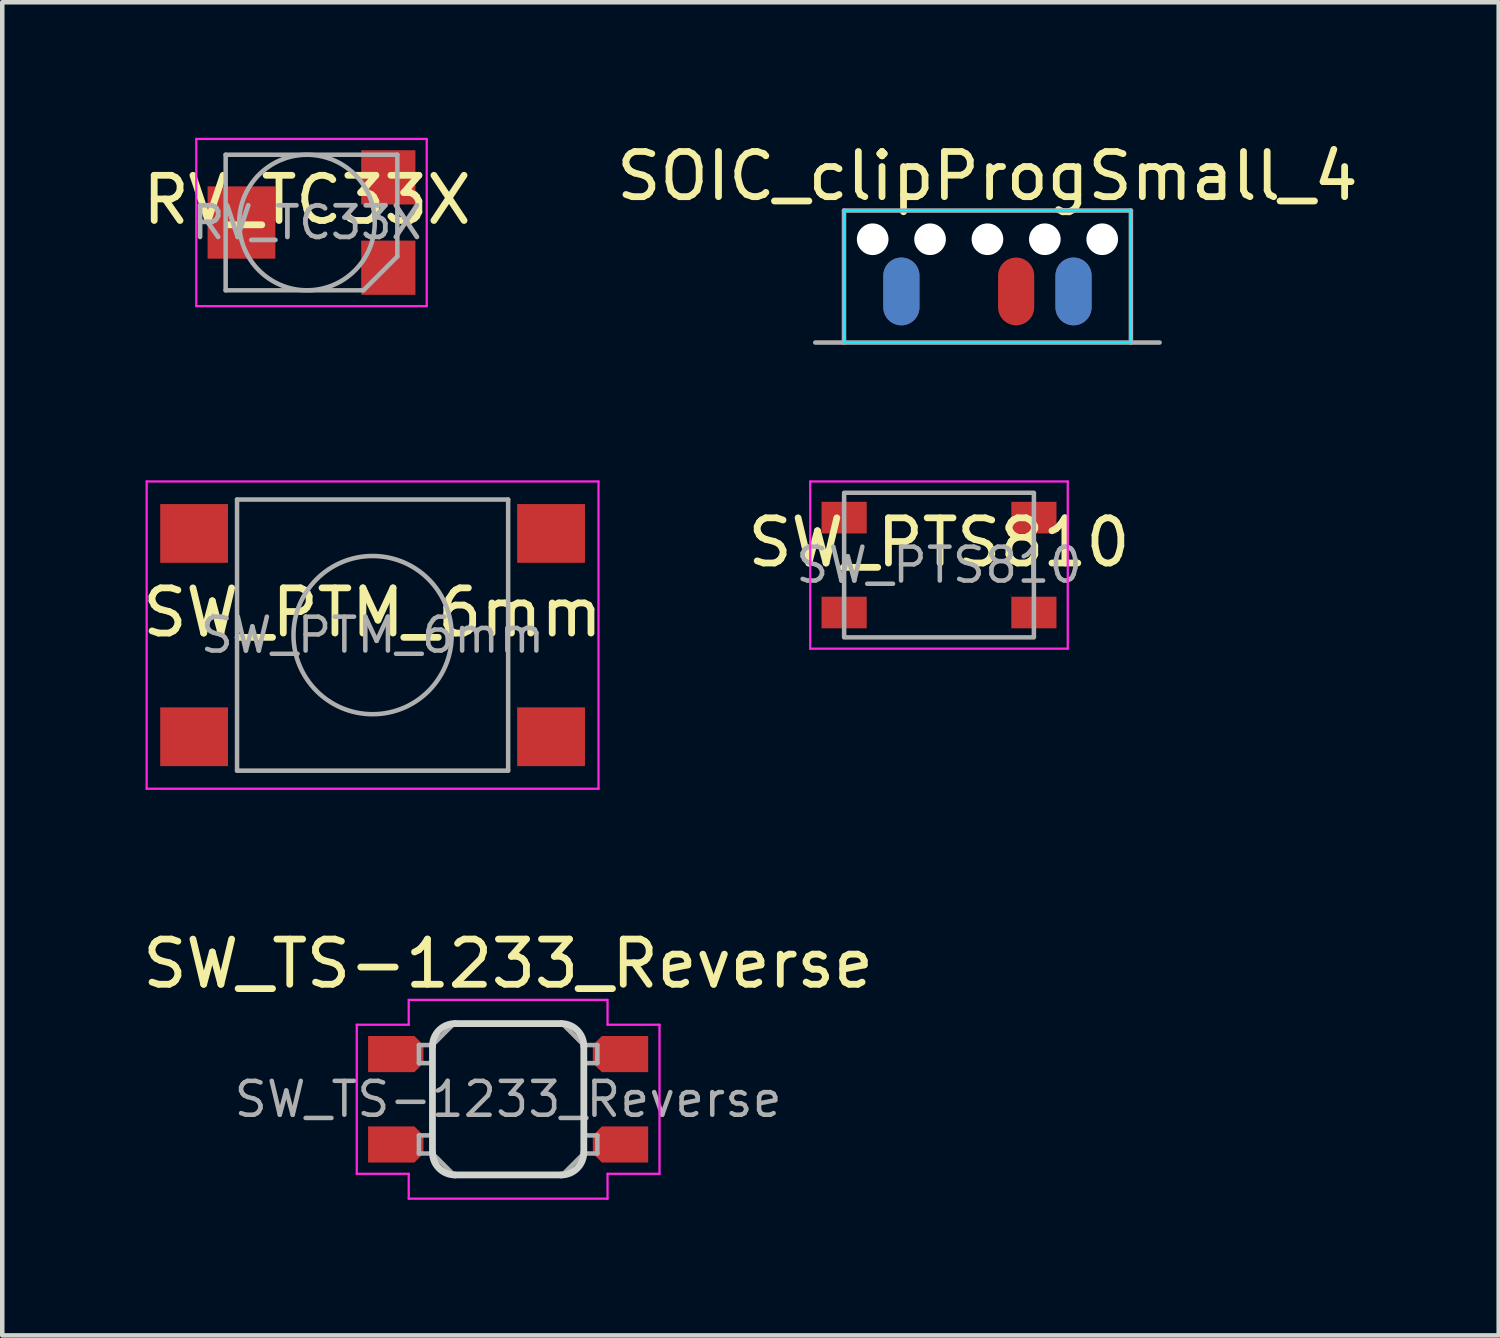
<source format=kicad_pcb>
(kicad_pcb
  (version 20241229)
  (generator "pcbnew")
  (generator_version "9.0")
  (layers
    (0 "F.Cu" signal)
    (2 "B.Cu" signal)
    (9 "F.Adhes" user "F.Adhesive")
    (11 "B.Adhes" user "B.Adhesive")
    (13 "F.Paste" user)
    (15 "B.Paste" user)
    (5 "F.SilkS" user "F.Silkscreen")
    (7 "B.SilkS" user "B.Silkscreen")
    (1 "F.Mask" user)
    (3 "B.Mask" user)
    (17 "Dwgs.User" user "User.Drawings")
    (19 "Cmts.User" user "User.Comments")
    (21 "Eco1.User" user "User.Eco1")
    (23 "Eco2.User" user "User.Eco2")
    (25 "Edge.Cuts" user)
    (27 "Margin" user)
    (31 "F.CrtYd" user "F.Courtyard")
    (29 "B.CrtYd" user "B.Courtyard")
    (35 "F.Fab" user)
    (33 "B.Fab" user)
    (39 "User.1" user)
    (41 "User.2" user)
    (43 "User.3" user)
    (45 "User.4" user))
  (footprint "SW_PTM_6mm"
    (layer "F.Cu")
    (at 5.196 11.006)
    (property "Reference" "SW_PTM_6mm" (at 0 -0.5 0) (unlocked yes) (layer "F.SilkS") (effects (font (size 1 1) (thickness 0.15))))
    (attr smd)
    (fp_line (start -5 -3.4) (end -5 3.4) (stroke (width 0.05) (type solid)) (layer "F.CrtYd"))
    (fp_line (start -5 -3.4) (end 5 -3.4) (stroke (width 0.05) (type solid)) (layer "F.CrtYd"))
    (fp_line (start -5 3.4) (end 5 3.4) (stroke (width 0.05) (type solid)) (layer "F.CrtYd"))
    (fp_line (start 5 3.4) (end 5 -3.4) (stroke (width 0.05) (type solid)) (layer "F.CrtYd"))
    (fp_line (start -3 -3) (end -3 3) (stroke (width 0.1) (type solid)) (layer "F.Fab"))
    (fp_line (start -3 3) (end 3 3) (stroke (width 0.1) (type solid)) (layer "F.Fab"))
    (fp_line (start 3 -3) (end -3 -3) (stroke (width 0.1) (type solid)) (layer "F.Fab"))
    (fp_line (start 3 3) (end 3 -3) (stroke (width 0.1) (type solid)) (layer "F.Fab"))
    (fp_circle (center 0 0) (end 1.75 -0.05) (stroke (width 0.1) (type solid)) (fill no) (layer "F.Fab"))
    (fp_text user "${REFERENCE}" (at 0 0 0) (layer "F.Fab") (effects (font (size 0.75 0.75) (thickness 0.1))))
    (pad "1" smd rect (at -3.95 -2.25) (size 1.5 1.3) (layers "F.Cu" "F.Mask" "F.Paste"))
    (pad "1" smd rect (at 3.95 -2.25) (size 1.5 1.3) (layers "F.Cu" "F.Mask" "F.Paste"))
    (pad "2" smd rect (at -3.95 2.25) (size 1.5 1.3) (layers "F.Cu" "F.Mask" "F.Paste"))
    (pad "2" smd rect (at 3.95 2.25) (size 1.5 1.3) (layers "F.Cu" "F.Mask" "F.Paste")))
  (footprint "RV_TC33X"
    (layer "F.Cu")
    (at 3.744 1.875)
    (property "Reference" "RV_TC33X" (at 0 -0.5 0) (unlocked yes) (layer "F.SilkS") (effects (font (size 1 1) (thickness 0.15))))
    (attr smd)
    (fp_line (start -2.45 -1.85) (end 2.65 -1.85) (stroke (width 0.05) (type solid)) (layer "F.CrtYd"))
    (fp_line (start -2.45 1.85) (end -2.45 -1.85) (stroke (width 0.05) (type solid)) (layer "F.CrtYd"))
    (fp_line (start 2.65 -1.85) (end 2.65 1.85) (stroke (width 0.05) (type solid)) (layer "F.CrtYd"))
    (fp_line (start 2.65 1.85) (end -2.45 1.85) (stroke (width 0.05) (type solid)) (layer "F.CrtYd"))
    (fp_line (start -1.8 -1.5) (end -1.8 1.5) (stroke (width 0.1) (type solid)) (layer "F.Fab"))
    (fp_line (start -1.8 1.5) (end 1.25 1.5) (stroke (width 0.1) (type solid)) (layer "F.Fab"))
    (fp_line (start 1.25 1.5) (end 2 0.75) (stroke (width 0.1) (type solid)) (layer "F.Fab"))
    (fp_line (start 2 -1.5) (end -1.8 -1.5) (stroke (width 0.1) (type solid)) (layer "F.Fab"))
    (fp_line (start 2 0.75) (end 2 -1.5) (stroke (width 0.1) (type solid)) (layer "F.Fab"))
    (fp_circle (center 0 0) (end -1.5 0) (stroke (width 0.1) (type solid)) (fill no) (layer "F.Fab"))
    (fp_text user "${REFERENCE}" (at 0 0 0) (layer "F.Fab") (effects (font (size 0.7 0.7) (thickness 0.105))))
    (pad "1" smd rect (at 1.8 1 180) (size 1.2 1.2) (layers "F.Cu" "F.Mask" "F.Paste"))
    (pad "2" smd rect (at -1.45 0 180) (size 1.5 1.6) (layers "F.Cu" "F.Mask" "F.Paste"))
    (pad "3" smd rect (at 1.8 -1 180) (size 1.2 1.2) (layers "F.Cu" "F.Mask" "F.Paste")))
  (footprint "SW_TS-1233_Reverse"
    (layer "F.Cu")
    (at 8.196 21.279)
    (property "Reference" "SW_TS-1233_Reverse" (at 0 -3 0) (unlocked yes) (layer "F.SilkS") (effects (font (size 1 1) (thickness 0.15))))
    (attr smd exclude_from_pos_files exclude_from_bom)
    (fp_line (start -1.675 1.175) (end -1.675 -1.175) (stroke (width 0.15) (type solid)) (layer "Edge.Cuts"))
    (fp_line (start -1.175 1.675) (end 1.175 1.675) (stroke (width 0.15) (type solid)) (layer "Edge.Cuts"))
    (fp_line (start 1.175 -1.675) (end -1.175 -1.675) (stroke (width 0.15) (type solid)) (layer "Edge.Cuts"))
    (fp_line (start 1.675 -1.175) (end 1.675 1.175) (stroke (width 0.15) (type solid)) (layer "Edge.Cuts"))
    (fp_arc (start -1.675 -1.175) (mid -1.528553 -1.528553) (end -1.175 -1.675) (stroke (width 0.15) (type solid)) (layer "Edge.Cuts"))
    (fp_arc (start -1.175 1.675) (mid -1.528553 1.528553) (end -1.675 1.175) (stroke (width 0.15) (type solid)) (layer "Edge.Cuts"))
    (fp_arc (start 1.175 -1.675) (mid 1.528553 -1.528553) (end 1.675 -1.175) (stroke (width 0.15) (type solid)) (layer "Edge.Cuts"))
    (fp_arc (start 1.675 1.175) (mid 1.528553 1.528553) (end 1.175 1.675) (stroke (width 0.15) (type solid)) (layer "Edge.Cuts"))
    (fp_line (start -3.35 -1.65) (end -3.35 1.65) (stroke (width 0.05) (type default)) (layer "F.CrtYd"))
    (fp_line (start -3.35 1.65) (end -2.2 1.65) (stroke (width 0.05) (type default)) (layer "F.CrtYd"))
    (fp_line (start -2.2 -2.2) (end -2.2 -1.65) (stroke (width 0.05) (type default)) (layer "F.CrtYd"))
    (fp_line (start -2.2 -2.2) (end 2.2 -2.2) (stroke (width 0.05) (type default)) (layer "F.CrtYd"))
    (fp_line (start -2.2 -1.65) (end -3.35 -1.65) (stroke (width 0.05) (type default)) (layer "F.CrtYd"))
    (fp_line (start -2.2 1.65) (end -2.2 2.2) (stroke (width 0.05) (type default)) (layer "F.CrtYd"))
    (fp_line (start 2.2 -2.2) (end 2.2 -1.65) (stroke (width 0.05) (type default)) (layer "F.CrtYd"))
    (fp_line (start 2.2 -1.65) (end 3.35 -1.65) (stroke (width 0.05) (type default)) (layer "F.CrtYd"))
    (fp_line (start 2.2 1.65) (end 2.2 2.2) (stroke (width 0.05) (type default)) (layer "F.CrtYd"))
    (fp_line (start 2.2 2.2) (end -2.2 2.2) (stroke (width 0.05) (type default)) (layer "F.CrtYd"))
    (fp_line (start 3.35 -1.65) (end 3.35 1.65) (stroke (width 0.05) (type default)) (layer "F.CrtYd"))
    (fp_line (start 3.35 1.65) (end 2.2 1.65) (stroke (width 0.05) (type default)) (layer "F.CrtYd"))
    (fp_line (start -1.975 -1.2) (end -1.675 -1.2) (stroke (width 0.1) (type default)) (layer "F.Fab"))
    (fp_line (start -1.975 -0.8) (end -1.975 -1.2) (stroke (width 0.1) (type default)) (layer "F.Fab"))
    (fp_line (start -1.975 0.8) (end -1.975 1.2) (stroke (width 0.1) (type default)) (layer "F.Fab"))
    (fp_line (start -1.975 1.2) (end -1.675 1.2) (stroke (width 0.1) (type default)) (layer "F.Fab"))
    (fp_line (start -1.675 -1.2) (end -1.2 -1.675) (stroke (width 0.1) (type default)) (layer "F.Fab"))
    (fp_line (start -1.675 -0.8) (end -1.975 -0.8) (stroke (width 0.1) (type default)) (layer "F.Fab"))
    (fp_line (start -1.675 0.8) (end -1.975 0.8) (stroke (width 0.1) (type default)) (layer "F.Fab"))
    (fp_line (start -1.675 1.2) (end -1.675 -1.2) (stroke (width 0.1) (type default)) (layer "F.Fab"))
    (fp_line (start -1.675 1.2) (end -1.2 1.675) (stroke (width 0.1) (type default)) (layer "F.Fab"))
    (fp_line (start -1.2 1.675) (end 1.2 1.675) (stroke (width 0.1) (type default)) (layer "F.Fab"))
    (fp_line (start 1.2 -1.675) (end -1.2 -1.675) (stroke (width 0.1) (type default)) (layer "F.Fab"))
    (fp_line (start 1.675 -1.2) (end 1.2 -1.675) (stroke (width 0.1) (type default)) (layer "F.Fab"))
    (fp_line (start 1.675 -1.2) (end 1.675 1.2) (stroke (width 0.1) (type default)) (layer "F.Fab"))
    (fp_line (start 1.675 -0.8) (end 1.975 -0.8) (stroke (width 0.1) (type default)) (layer "F.Fab"))
    (fp_line (start 1.675 0.8) (end 1.975 0.8) (stroke (width 0.1) (type default)) (layer "F.Fab"))
    (fp_line (start 1.675 1.2) (end 1.2 1.675) (stroke (width 0.1) (type default)) (layer "F.Fab"))
    (fp_line (start 1.975 -1.2) (end 1.675 -1.2) (stroke (width 0.1) (type default)) (layer "F.Fab"))
    (fp_line (start 1.975 -0.8) (end 1.975 -1.2) (stroke (width 0.1) (type default)) (layer "F.Fab"))
    (fp_line (start 1.975 0.8) (end 1.975 1.2) (stroke (width 0.1) (type default)) (layer "F.Fab"))
    (fp_line (start 1.975 1.2) (end 1.675 1.2) (stroke (width 0.1) (type default)) (layer "F.Fab"))
    (fp_text user "${REFERENCE}" (at 0 0 0) (layer "F.Fab") (effects (font (size 0.75 0.75) (thickness 0.1))))
    (pad "1" smd roundrect (at -2.487 -1 180) (size 1.225 0.8) (layers "F.Cu" "F.Mask") (roundrect_rratio 0) (chamfer_ratio 0.25) (chamfer top_left bottom_left))
    (pad "1" smd roundrect (at 2.487 -1) (size 1.225 0.8) (layers "F.Cu" "F.Mask") (roundrect_rratio 0) (chamfer_ratio 0.25) (chamfer top_left bottom_left))
    (pad "2" smd roundrect (at -2.487 1 180) (size 1.225 0.8) (layers "F.Cu" "F.Mask") (roundrect_rratio 0) (chamfer_ratio 0.25) (chamfer top_left bottom_left))
    (pad "2" smd roundrect (at 2.487 1) (size 1.225 0.8) (layers "F.Cu" "F.Mask") (roundrect_rratio 0) (chamfer_ratio 0.25) (chamfer top_left bottom_left)))
  (footprint "SOIC_clipProgSmall_4"
    (layer "F.Cu")
    (at 18.804 4.15)
    (property "Reference" "SOIC_clipProgSmall_4" (at 0 -3.302 0) (layer "F.SilkS") (effects (font (size 1 1) (thickness 0.15))))
    (attr through_hole exclude_from_pos_files exclude_from_bom)
    (fp_line (start -3.175 -2.54) (end 3.175 -2.54) (stroke (width 0.05) (type solid)) (layer "B.CrtYd"))
    (fp_line (start -3.175 0.381) (end -3.175 -2.54) (stroke (width 0.05) (type solid)) (layer "B.CrtYd"))
    (fp_line (start 3.175 -2.54) (end 3.175 0.381) (stroke (width 0.05) (type solid)) (layer "B.CrtYd"))
    (fp_line (start 3.175 0.381) (end -3.175 0.381) (stroke (width 0.05) (type solid)) (layer "B.CrtYd"))
    (fp_line (start -3.175 -2.54) (end -3.175 0.381) (stroke (width 0.05) (type solid)) (layer "F.CrtYd"))
    (fp_line (start -3.175 0.381) (end 3.175 0.381) (stroke (width 0.05) (type solid)) (layer "F.CrtYd"))
    (fp_line (start 3.175 -2.54) (end -3.175 -2.54) (stroke (width 0.05) (type solid)) (layer "F.CrtYd"))
    (fp_line (start 3.175 0.381) (end 3.175 -2.54) (stroke (width 0.05) (type solid)) (layer "F.CrtYd"))
    (fp_line (start -3.81 0.381) (end 3.81 0.381) (stroke (width 0.1) (type solid)) (layer "F.Fab"))
    (fp_line (start -3.175 -2.54) (end -3.175 0.381) (stroke (width 0.1) (type solid)) (layer "F.Fab"))
    (fp_line (start 3.175 -2.54) (end -3.175 -2.54) (stroke (width 0.1) (type solid)) (layer "F.Fab"))
    (fp_line (start 3.175 0.381) (end 3.175 -2.54) (stroke (width 0.1) (type solid)) (layer "F.Fab"))
    (pad "" np_thru_hole circle (at -2.54 -1.905) (size 0.7 0.7) (drill 0.7) (layers "*.Cu" "*.Mask"))
    (pad "" np_thru_hole circle (at -1.27 -1.905) (size 0.7 0.7) (drill 0.7) (layers "*.Cu" "*.Mask"))
    (pad "" np_thru_hole circle (at 0 -1.905) (size 0.7 0.7) (drill 0.7) (layers "*.Cu" "*.Mask"))
    (pad "" np_thru_hole circle (at 1.27 -1.905) (size 0.7 0.7) (drill 0.7) (layers "*.Cu" "*.Mask"))
    (pad "" np_thru_hole circle (at 2.54 -1.905) (size 0.7 0.7) (drill 0.7) (layers "*.Cu" "*.Mask"))
    (pad "1" smd oval (at 0.635 -0.75) (size 0.8 1.5) (layers "F.Cu" "F.Mask"))
    (pad "1" smd oval (at 1.905 -0.75) (size 0.8 1.5) (layers "F.Cu" "F.Mask"))
    (pad "2" smd oval (at -1.905 -0.75) (size 0.8 1.5) (layers "F.Cu" "F.Mask"))
    (pad "3" smd oval (at -1.905 -0.75) (size 0.8 1.5) (layers "B.Cu" "B.Mask"))
    (pad "4" smd oval (at 1.905 -0.75) (size 0.8 1.5) (layers "B.Cu" "B.Mask")))
  (footprint "SW_PTS810"
    (layer "F.Cu")
    (at 17.732 9.456)
    (property "Reference" "SW_PTS810" (at 0 -0.5 0) (unlocked yes) (layer "F.SilkS") (effects (font (size 1 1) (thickness 0.15))))
    (attr smd)
    (fp_line (start -2.85 1.85) (end -2.85 -1.85) (stroke (width 0.05) (type default)) (layer "F.CrtYd"))
    (fp_line (start -2.85 1.85) (end 2.85 1.85) (stroke (width 0.05) (type default)) (layer "F.CrtYd"))
    (fp_line (start 2.85 -1.85) (end -2.85 -1.85) (stroke (width 0.05) (type default)) (layer "F.CrtYd"))
    (fp_line (start 2.85 1.85) (end 2.85 -1.85) (stroke (width 0.05) (type default)) (layer "F.CrtYd"))
    (fp_rect (start -2.1 1.6) (end 2.1 -1.6) (stroke (width 0.1) (type default)) (fill no) (layer "F.Fab"))
    (fp_text user "${REFERENCE}" (at 0 0 0) (layer "F.Fab") (effects (font (size 0.75 0.75) (thickness 0.1))))
    (pad "1" smd rect (at -2.1 -1.05) (size 1 0.7) (layers "F.Cu" "F.Mask" "F.Paste"))
    (pad "1" smd rect (at 2.1 -1.05) (size 1 0.7) (layers "F.Cu" "F.Mask" "F.Paste"))
    (pad "2" smd rect (at -2.1 1.05) (size 1 0.7) (layers "F.Cu" "F.Mask" "F.Paste"))
    (pad "2" smd rect (at 2.1 1.05) (size 1 0.7) (layers "F.Cu" "F.Mask" "F.Paste")))
  (gr_rect
    (start -3 -3)
    (end 30.119 26.505)
    (stroke (width 0.1) (type default))
    (fill no)
    (layer "Edge.Cuts")))
</source>
